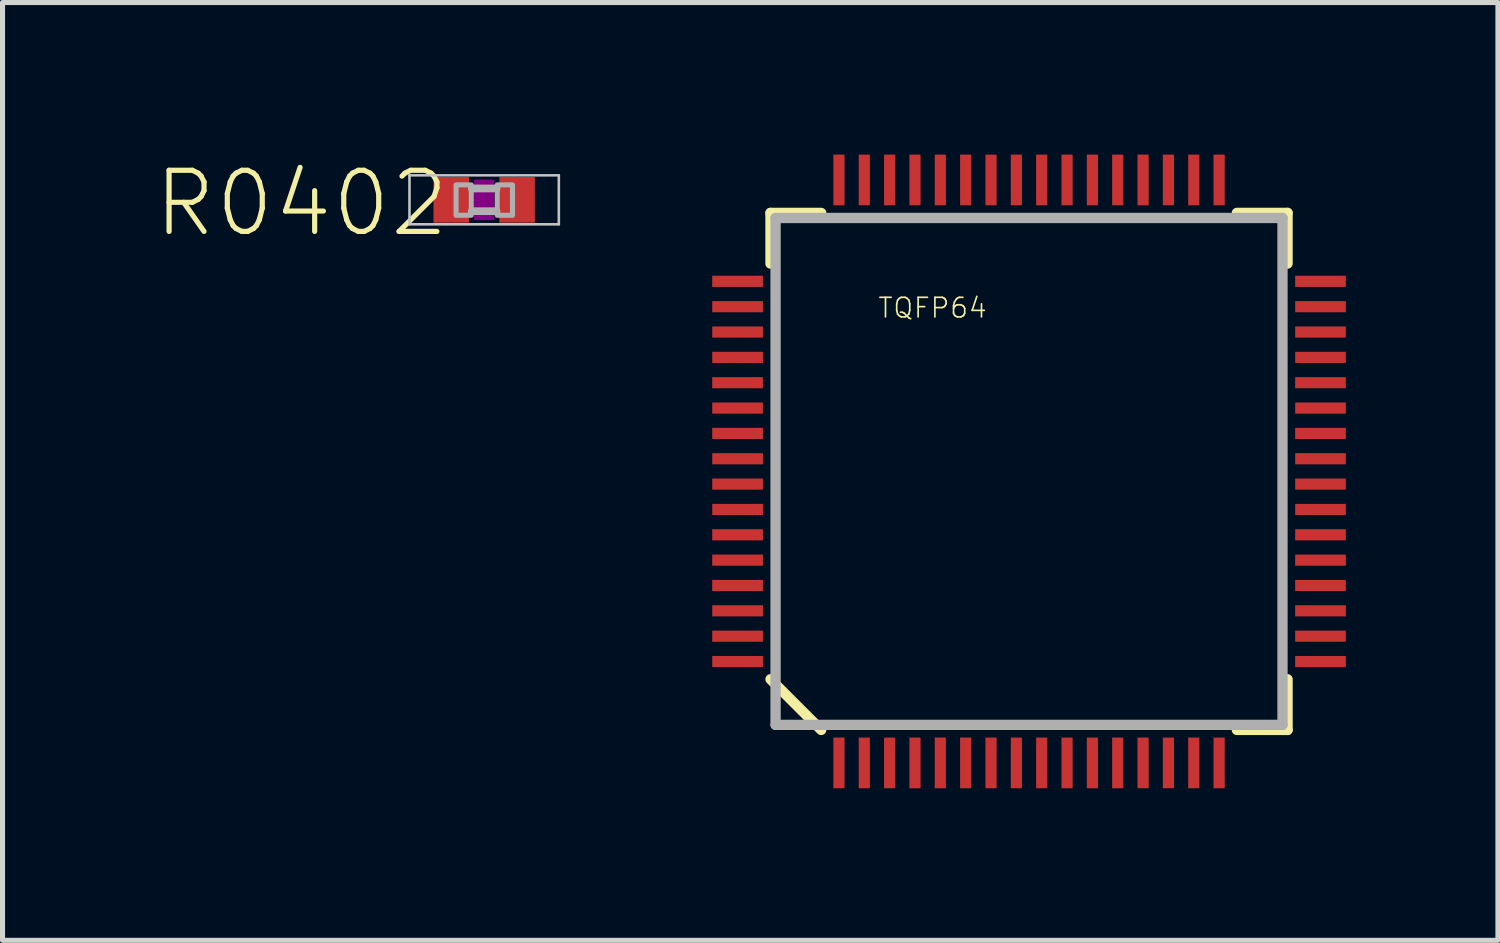
<source format=kicad_pcb>
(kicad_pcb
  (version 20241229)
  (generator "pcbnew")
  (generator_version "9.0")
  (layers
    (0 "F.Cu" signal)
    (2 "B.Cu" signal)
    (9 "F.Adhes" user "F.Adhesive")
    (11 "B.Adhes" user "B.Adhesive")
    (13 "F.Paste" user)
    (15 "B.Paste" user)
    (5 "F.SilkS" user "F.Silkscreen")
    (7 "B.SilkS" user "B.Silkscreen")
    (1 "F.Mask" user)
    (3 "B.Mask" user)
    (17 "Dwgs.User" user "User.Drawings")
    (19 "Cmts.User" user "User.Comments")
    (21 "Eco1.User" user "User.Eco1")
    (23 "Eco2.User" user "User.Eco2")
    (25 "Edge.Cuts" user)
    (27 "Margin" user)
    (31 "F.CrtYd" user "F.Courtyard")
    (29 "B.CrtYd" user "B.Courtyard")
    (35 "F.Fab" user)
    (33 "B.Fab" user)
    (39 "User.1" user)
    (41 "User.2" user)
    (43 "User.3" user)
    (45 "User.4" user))
  (footprint "TQFP64"
    (layer "F.Cu")
    (at 17.25 6.25)
    (property "Reference" "TQFP64" (at -3 -3 0) (layer "F.SilkS") (effects (font (size 0.386 0.386) (thickness 0.033)) (justify left bottom)))
    (attr through_hole)
    (fp_line (start -5.1 -5.1) (end -4.1 -5.1) (stroke (width 0.203) (type solid)) (layer "F.SilkS"))
    (fp_line (start -5.1 -4.1) (end -5.1 -5.1) (stroke (width 0.203) (type solid)) (layer "F.SilkS"))
    (fp_line (start -5.1 4.1) (end -4.1 5.1) (stroke (width 0.203) (type solid)) (layer "F.SilkS"))
    (fp_line (start 4.1 -5.1) (end 5.1 -5.1) (stroke (width 0.203) (type solid)) (layer "F.SilkS"))
    (fp_line (start 4.1 5.1) (end 5.1 5.1) (stroke (width 0.203) (type solid)) (layer "F.SilkS"))
    (fp_line (start 5.1 -5.1) (end 5.1 -4.1) (stroke (width 0.203) (type solid)) (layer "F.SilkS"))
    (fp_line (start 5.1 5.1) (end 5.1 4.1) (stroke (width 0.203) (type solid)) (layer "F.SilkS"))
    (fp_line (start -5 -5) (end 5 -5) (stroke (width 0.203) (type solid)) (layer "F.Fab"))
    (fp_line (start -5 5) (end -5 -5) (stroke (width 0.203) (type solid)) (layer "F.Fab"))
    (fp_line (start 5 -5) (end 5 5) (stroke (width 0.203) (type solid)) (layer "F.Fab"))
    (fp_line (start 5 5) (end -5 5) (stroke (width 0.203) (type solid)) (layer "F.Fab"))
    (pad "1" smd rect (at -3.75 5.75) (size 0.22 1) (layers "F.Cu" "F.Mask" "F.Paste"))
    (pad "2" smd rect (at -3.25 5.75) (size 0.22 1) (layers "F.Cu" "F.Mask" "F.Paste"))
    (pad "3" smd rect (at -2.75 5.75) (size 0.22 1) (layers "F.Cu" "F.Mask" "F.Paste"))
    (pad "4" smd rect (at -2.25 5.75) (size 0.22 1) (layers "F.Cu" "F.Mask" "F.Paste"))
    (pad "5" smd rect (at -1.75 5.75) (size 0.22 1) (layers "F.Cu" "F.Mask" "F.Paste"))
    (pad "6" smd rect (at -1.25 5.75) (size 0.22 1) (layers "F.Cu" "F.Mask" "F.Paste"))
    (pad "7" smd rect (at -0.75 5.75) (size 0.22 1) (layers "F.Cu" "F.Mask" "F.Paste"))
    (pad "8" smd rect (at -0.25 5.75) (size 0.22 1) (layers "F.Cu" "F.Mask" "F.Paste"))
    (pad "9" smd rect (at 0.25 5.75) (size 0.22 1) (layers "F.Cu" "F.Mask" "F.Paste"))
    (pad "10" smd rect (at 0.75 5.75) (size 0.22 1) (layers "F.Cu" "F.Mask" "F.Paste"))
    (pad "11" smd rect (at 1.25 5.75) (size 0.22 1) (layers "F.Cu" "F.Mask" "F.Paste"))
    (pad "12" smd rect (at 1.75 5.75) (size 0.22 1) (layers "F.Cu" "F.Mask" "F.Paste"))
    (pad "13" smd rect (at 2.25 5.75) (size 0.22 1) (layers "F.Cu" "F.Mask" "F.Paste"))
    (pad "14" smd rect (at 2.75 5.75) (size 0.22 1) (layers "F.Cu" "F.Mask" "F.Paste"))
    (pad "15" smd rect (at 3.25 5.75) (size 0.22 1) (layers "F.Cu" "F.Mask" "F.Paste"))
    (pad "16" smd rect (at 3.75 5.75) (size 0.22 1) (layers "F.Cu" "F.Mask" "F.Paste"))
    (pad "17" smd rect (at 5.75 3.75 90) (size 0.22 1) (layers "F.Cu" "F.Mask" "F.Paste"))
    (pad "18" smd rect (at 5.75 3.25 90) (size 0.22 1) (layers "F.Cu" "F.Mask" "F.Paste"))
    (pad "19" smd rect (at 5.75 2.75 90) (size 0.22 1) (layers "F.Cu" "F.Mask" "F.Paste"))
    (pad "20" smd rect (at 5.75 2.25 90) (size 0.22 1) (layers "F.Cu" "F.Mask" "F.Paste"))
    (pad "21" smd rect (at 5.75 1.75 90) (size 0.22 1) (layers "F.Cu" "F.Mask" "F.Paste"))
    (pad "22" smd rect (at 5.75 1.25 90) (size 0.22 1) (layers "F.Cu" "F.Mask" "F.Paste"))
    (pad "23" smd rect (at 5.75 0.75 90) (size 0.22 1) (layers "F.Cu" "F.Mask" "F.Paste"))
    (pad "24" smd rect (at 5.75 0.25 90) (size 0.22 1) (layers "F.Cu" "F.Mask" "F.Paste"))
    (pad "25" smd rect (at 5.75 -0.25 90) (size 0.22 1) (layers "F.Cu" "F.Mask" "F.Paste"))
    (pad "26" smd rect (at 5.75 -0.75 90) (size 0.22 1) (layers "F.Cu" "F.Mask" "F.Paste"))
    (pad "27" smd rect (at 5.75 -1.25 90) (size 0.22 1) (layers "F.Cu" "F.Mask" "F.Paste"))
    (pad "28" smd rect (at 5.75 -1.75 90) (size 0.22 1) (layers "F.Cu" "F.Mask" "F.Paste"))
    (pad "29" smd rect (at 5.75 -2.25 90) (size 0.22 1) (layers "F.Cu" "F.Mask" "F.Paste"))
    (pad "30" smd rect (at 5.75 -2.75 90) (size 0.22 1) (layers "F.Cu" "F.Mask" "F.Paste"))
    (pad "31" smd rect (at 5.75 -3.25 90) (size 0.22 1) (layers "F.Cu" "F.Mask" "F.Paste"))
    (pad "32" smd rect (at 5.75 -3.75 90) (size 0.22 1) (layers "F.Cu" "F.Mask" "F.Paste"))
    (pad "33" smd rect (at 3.75 -5.75 180) (size 0.22 1) (layers "F.Cu" "F.Mask" "F.Paste"))
    (pad "34" smd rect (at 3.25 -5.75 180) (size 0.22 1) (layers "F.Cu" "F.Mask" "F.Paste"))
    (pad "35" smd rect (at 2.75 -5.75 180) (size 0.22 1) (layers "F.Cu" "F.Mask" "F.Paste"))
    (pad "36" smd rect (at 2.25 -5.75 180) (size 0.22 1) (layers "F.Cu" "F.Mask" "F.Paste"))
    (pad "37" smd rect (at 1.75 -5.75 180) (size 0.22 1) (layers "F.Cu" "F.Mask" "F.Paste"))
    (pad "38" smd rect (at 1.25 -5.75 180) (size 0.22 1) (layers "F.Cu" "F.Mask" "F.Paste"))
    (pad "39" smd rect (at 0.75 -5.75 180) (size 0.22 1) (layers "F.Cu" "F.Mask" "F.Paste"))
    (pad "40" smd rect (at 0.25 -5.75 180) (size 0.22 1) (layers "F.Cu" "F.Mask" "F.Paste"))
    (pad "41" smd rect (at -0.25 -5.75 180) (size 0.22 1) (layers "F.Cu" "F.Mask" "F.Paste"))
    (pad "42" smd rect (at -0.75 -5.75 180) (size 0.22 1) (layers "F.Cu" "F.Mask" "F.Paste"))
    (pad "43" smd rect (at -1.25 -5.75 180) (size 0.22 1) (layers "F.Cu" "F.Mask" "F.Paste"))
    (pad "44" smd rect (at -1.75 -5.75 180) (size 0.22 1) (layers "F.Cu" "F.Mask" "F.Paste"))
    (pad "45" smd rect (at -2.25 -5.75 180) (size 0.22 1) (layers "F.Cu" "F.Mask" "F.Paste"))
    (pad "46" smd rect (at -2.75 -5.75 180) (size 0.22 1) (layers "F.Cu" "F.Mask" "F.Paste"))
    (pad "47" smd rect (at -3.25 -5.75 180) (size 0.22 1) (layers "F.Cu" "F.Mask" "F.Paste"))
    (pad "48" smd rect (at -3.75 -5.75 180) (size 0.22 1) (layers "F.Cu" "F.Mask" "F.Paste"))
    (pad "49" smd rect (at -5.75 -3.75 270) (size 0.22 1) (layers "F.Cu" "F.Mask" "F.Paste"))
    (pad "50" smd rect (at -5.75 -3.25 270) (size 0.22 1) (layers "F.Cu" "F.Mask" "F.Paste"))
    (pad "51" smd rect (at -5.75 -2.75 270) (size 0.22 1) (layers "F.Cu" "F.Mask" "F.Paste"))
    (pad "52" smd rect (at -5.75 -2.25 270) (size 0.22 1) (layers "F.Cu" "F.Mask" "F.Paste"))
    (pad "53" smd rect (at -5.75 -1.75 270) (size 0.22 1) (layers "F.Cu" "F.Mask" "F.Paste"))
    (pad "54" smd rect (at -5.75 -1.25 270) (size 0.22 1) (layers "F.Cu" "F.Mask" "F.Paste"))
    (pad "55" smd rect (at -5.75 -0.75 270) (size 0.22 1) (layers "F.Cu" "F.Mask" "F.Paste"))
    (pad "56" smd rect (at -5.75 -0.25 270) (size 0.22 1) (layers "F.Cu" "F.Mask" "F.Paste"))
    (pad "57" smd rect (at -5.75 0.25 270) (size 0.22 1) (layers "F.Cu" "F.Mask" "F.Paste"))
    (pad "58" smd rect (at -5.75 0.75 270) (size 0.22 1) (layers "F.Cu" "F.Mask" "F.Paste"))
    (pad "59" smd rect (at -5.75 1.25 270) (size 0.22 1) (layers "F.Cu" "F.Mask" "F.Paste"))
    (pad "60" smd rect (at -5.75 1.75 270) (size 0.22 1) (layers "F.Cu" "F.Mask" "F.Paste"))
    (pad "61" smd rect (at -5.75 2.25 270) (size 0.22 1) (layers "F.Cu" "F.Mask" "F.Paste"))
    (pad "62" smd rect (at -5.75 2.75 270) (size 0.22 1) (layers "F.Cu" "F.Mask" "F.Paste"))
    (pad "63" smd rect (at -5.75 3.25 270) (size 0.22 1) (layers "F.Cu" "F.Mask" "F.Paste"))
    (pad "64" smd rect (at -5.75 3.75 270) (size 0.22 1) (layers "F.Cu" "F.Mask" "F.Paste")))
  (footprint "R0402"
    (layer "F.Cu")
    (at 6.501 0.892)
    (property "Reference" "R0402" (at -0.635 -0.635 0) (layer "F.SilkS") (effects (font (size 1.206 1.206) (thickness 0.102)) (justify right top)))
    (attr through_hole)
    (fp_poly (pts (xy -0.2 0.4) (xy 0.2 0.4) (xy 0.2 -0.4) (xy -0.2 -0.4)) (stroke (width 0) (type solid)) (fill yes) (layer "F.Adhes"))
    (fp_line (start -1.473 -0.483) (end 1.473 -0.483) (stroke (width 0.051) (type solid)) (layer "Dwgs.User"))
    (fp_line (start -1.473 0.483) (end -1.473 -0.483) (stroke (width 0.051) (type solid)) (layer "Dwgs.User"))
    (fp_line (start 1.473 -0.483) (end 1.473 0.483) (stroke (width 0.051) (type solid)) (layer "Dwgs.User"))
    (fp_line (start 1.473 0.483) (end -1.473 0.483) (stroke (width 0.051) (type solid)) (layer "Dwgs.User"))
    (fp_line (start -0.245 -0.224) (end 0.245 -0.224) (stroke (width 0.152) (type solid)) (layer "F.Fab"))
    (fp_line (start 0.245 0.224) (end -0.245 0.224) (stroke (width 0.152) (type solid)) (layer "F.Fab"))
    (fp_poly (pts (xy -0.554 0.305) (xy -0.254 0.305) (xy -0.254 -0.295) (xy -0.554 -0.295)) (stroke (width 0.1) (type solid)) (fill no) (layer "F.Fab"))
    (fp_poly (pts (xy 0.259 0.305) (xy 0.559 0.305) (xy 0.559 -0.295) (xy 0.259 -0.295)) (stroke (width 0.1) (type solid)) (fill no) (layer "F.Fab"))
    (pad "1" smd rect (at -0.65 0) (size 0.7 0.9) (layers "F.Cu" "F.Mask" "F.Paste"))
    (pad "2" smd rect (at 0.65 0) (size 0.7 0.9) (layers "F.Cu" "F.Mask" "F.Paste")))
  (gr_rect
    (start -3 -3)
    (end 26.5 15.5)
    (stroke (width 0.1) (type default))
    (fill no)
    (layer "Edge.Cuts")))
</source>
